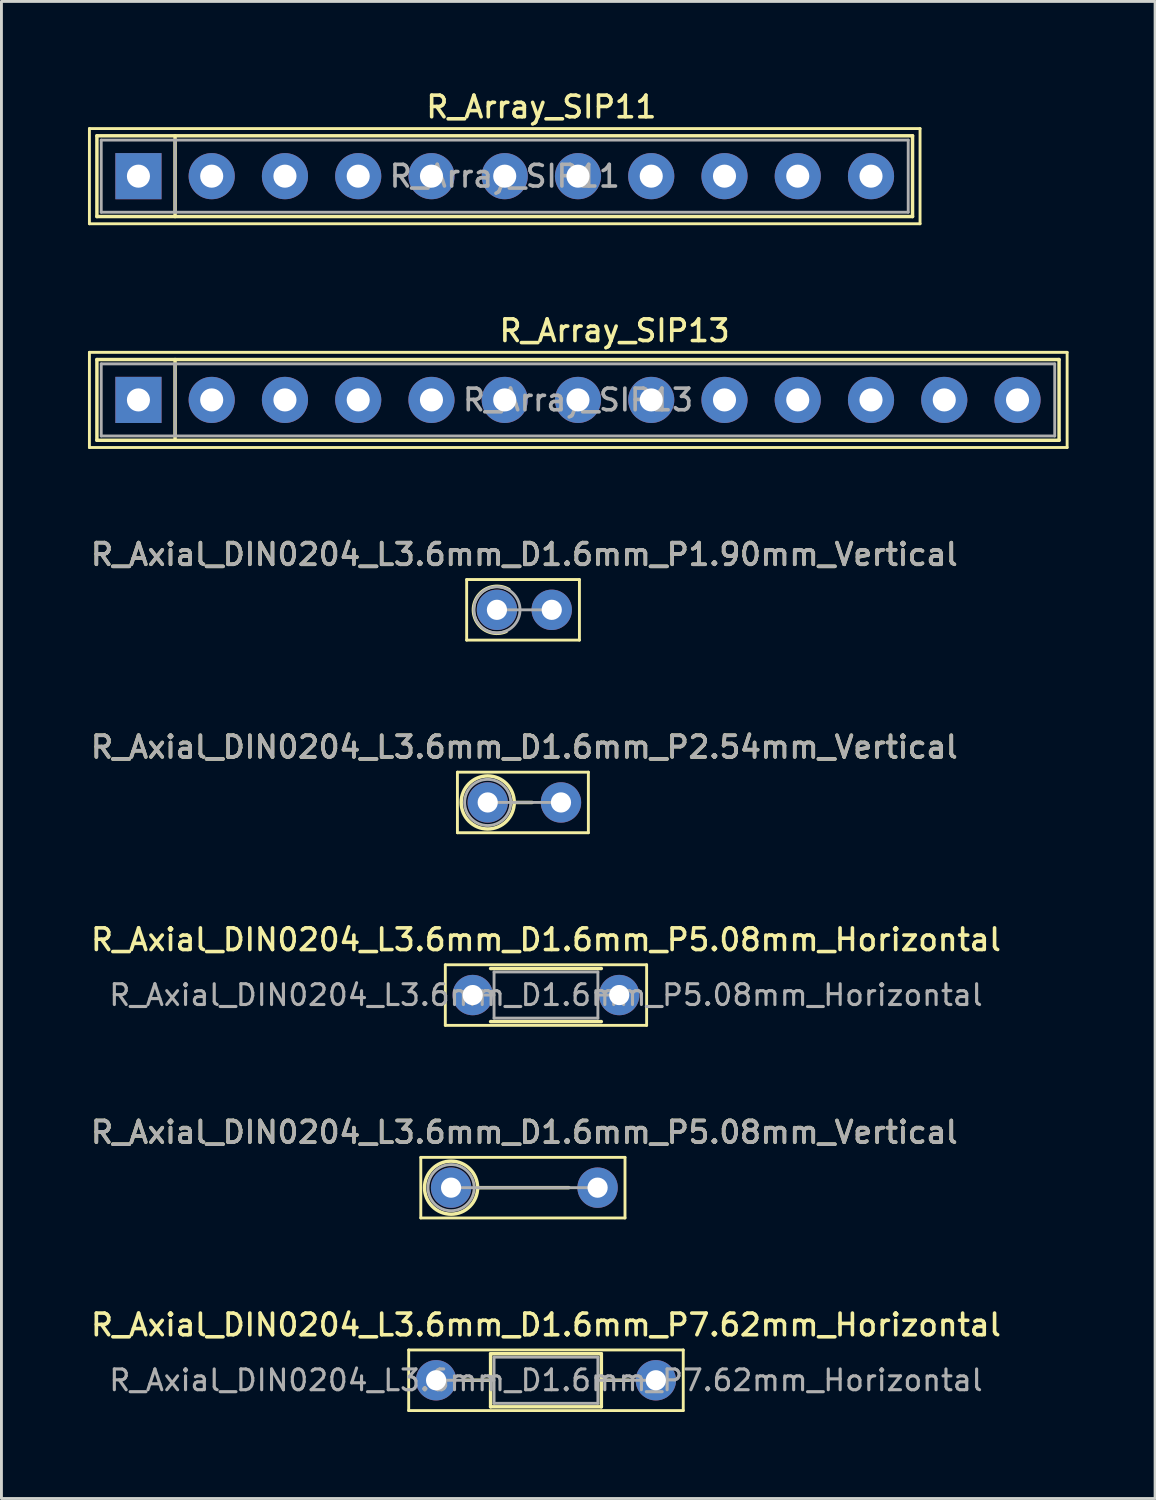
<source format=kicad_pcb>
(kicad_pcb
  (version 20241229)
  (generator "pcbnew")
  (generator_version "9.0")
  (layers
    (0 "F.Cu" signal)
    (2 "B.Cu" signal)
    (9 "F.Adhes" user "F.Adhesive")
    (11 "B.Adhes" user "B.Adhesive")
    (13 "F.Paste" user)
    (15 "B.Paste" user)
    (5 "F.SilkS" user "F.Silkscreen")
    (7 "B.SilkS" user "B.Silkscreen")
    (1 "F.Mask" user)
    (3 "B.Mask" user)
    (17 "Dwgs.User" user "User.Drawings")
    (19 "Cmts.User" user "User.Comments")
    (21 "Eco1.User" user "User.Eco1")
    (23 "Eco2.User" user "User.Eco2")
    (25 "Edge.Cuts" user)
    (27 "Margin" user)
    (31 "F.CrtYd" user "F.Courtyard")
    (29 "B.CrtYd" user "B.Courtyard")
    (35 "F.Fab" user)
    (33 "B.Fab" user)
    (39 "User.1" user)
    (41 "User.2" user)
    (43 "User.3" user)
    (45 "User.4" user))
  (footprint "R_Axial_DIN0204_L3.6mm_D1.6mm_P1.90mm_Vertical"
    (layer "F.Cu")
    (at 14.18 18.094)
    (property "Reference" "R_Axial_DIN0204_L3.6mm_D1.6mm_P1.90mm_Vertical" (at 0.95 -1.92 0) (layer "F.SilkS") (effects (font (size 0.75 0.75) (thickness 0.125))))
    (attr through_hole)
    (fp_line (start -1.05 -1.05) (end -1.05 1.05) (stroke (width 0.1) (type solid)) (layer "F.SilkS"))
    (fp_line (start -1.05 1.05) (end 2.86 1.05) (stroke (width 0.1) (type solid)) (layer "F.SilkS"))
    (fp_line (start 2.86 -1.05) (end -1.05 -1.05) (stroke (width 0.1) (type solid)) (layer "F.SilkS"))
    (fp_line (start 2.86 1.05) (end 2.86 -1.05) (stroke (width 0.1) (type solid)) (layer "F.SilkS"))
    (fp_arc (start 0.320095 0.749359) (mid -0.813042 -0.054435) (end 0.417133 -0.7) (stroke (width 0.12) (type solid)) (layer "F.SilkS"))
    (fp_line (start 0 0) (end 1.9 0) (stroke (width 0.1) (type solid)) (layer "F.Fab"))
    (fp_circle (center 0 0) (end 0.8 0) (stroke (width 0.1) (type solid)) (fill no) (layer "F.Fab"))
    (fp_text user "${REFERENCE}" (at 0.95 -1.92 0) (layer "F.Fab") (effects (font (size 0.75 0.75) (thickness 0.125))))
    (pad "1" thru_hole circle (at 0 0) (size 1.4 1.4) (drill 0.7) (layers "*.Cu" "*.Mask"))
    (pad "2" thru_hole oval (at 1.9 0) (size 1.4 1.4) (drill 0.7) (layers "*.Cu" "*.Mask")))
  (footprint "R_Array_SIP13"
    (layer "F.Cu")
    (at 1.75 10.816)
    (property "Reference" "R_Array_SIP13" (at 16.51 -2.4 0) (layer "F.SilkS") (effects (font (size 0.75 0.75) (thickness 0.125))))
    (attr through_hole)
    (fp_line (start -1.7 -1.65) (end -1.7 1.65) (stroke (width 0.1) (type solid)) (layer "F.SilkS"))
    (fp_line (start -1.7 1.65) (end 32.2 1.65) (stroke (width 0.1) (type solid)) (layer "F.SilkS"))
    (fp_line (start -1.44 -1.4) (end -1.44 1.4) (stroke (width 0.12) (type solid)) (layer "F.SilkS"))
    (fp_line (start -1.44 1.4) (end 31.92 1.4) (stroke (width 0.12) (type solid)) (layer "F.SilkS"))
    (fp_line (start 1.27 -1.4) (end 1.27 1.4) (stroke (width 0.12) (type solid)) (layer "F.SilkS"))
    (fp_line (start 31.92 -1.4) (end -1.44 -1.4) (stroke (width 0.12) (type solid)) (layer "F.SilkS"))
    (fp_line (start 31.92 1.4) (end 31.92 -1.4) (stroke (width 0.12) (type solid)) (layer "F.SilkS"))
    (fp_line (start 32.2 -1.65) (end -1.7 -1.65) (stroke (width 0.1) (type solid)) (layer "F.SilkS"))
    (fp_line (start 32.2 1.65) (end 32.2 -1.65) (stroke (width 0.1) (type solid)) (layer "F.SilkS"))
    (fp_line (start -1.29 -1.25) (end -1.29 1.25) (stroke (width 0.1) (type solid)) (layer "F.Fab"))
    (fp_line (start -1.29 1.25) (end 31.77 1.25) (stroke (width 0.1) (type solid)) (layer "F.Fab"))
    (fp_line (start 1.27 -1.25) (end 1.27 1.25) (stroke (width 0.1) (type solid)) (layer "F.Fab"))
    (fp_line (start 31.77 -1.25) (end -1.29 -1.25) (stroke (width 0.1) (type solid)) (layer "F.Fab"))
    (fp_line (start 31.77 1.25) (end 31.77 -1.25) (stroke (width 0.1) (type solid)) (layer "F.Fab"))
    (fp_text user "${REFERENCE}" (at 15.24 0 0) (layer "F.Fab") (effects (font (size 0.75 0.75) (thickness 0.125))))
    (pad "1" thru_hole rect (at 0 0) (size 1.6 1.6) (drill 0.8) (layers "*.Cu" "*.Mask"))
    (pad "2" thru_hole oval (at 2.54 0) (size 1.6 1.6) (drill 0.8) (layers "*.Cu" "*.Mask"))
    (pad "3" thru_hole oval (at 5.08 0) (size 1.6 1.6) (drill 0.8) (layers "*.Cu" "*.Mask"))
    (pad "4" thru_hole oval (at 7.62 0) (size 1.6 1.6) (drill 0.8) (layers "*.Cu" "*.Mask"))
    (pad "5" thru_hole oval (at 10.16 0) (size 1.6 1.6) (drill 0.8) (layers "*.Cu" "*.Mask"))
    (pad "6" thru_hole oval (at 12.7 0) (size 1.6 1.6) (drill 0.8) (layers "*.Cu" "*.Mask"))
    (pad "7" thru_hole oval (at 15.24 0) (size 1.6 1.6) (drill 0.8) (layers "*.Cu" "*.Mask"))
    (pad "8" thru_hole oval (at 17.78 0) (size 1.6 1.6) (drill 0.8) (layers "*.Cu" "*.Mask"))
    (pad "9" thru_hole oval (at 20.32 0) (size 1.6 1.6) (drill 0.8) (layers "*.Cu" "*.Mask"))
    (pad "10" thru_hole oval (at 22.86 0) (size 1.6 1.6) (drill 0.8) (layers "*.Cu" "*.Mask"))
    (pad "11" thru_hole oval (at 25.4 0) (size 1.6 1.6) (drill 0.8) (layers "*.Cu" "*.Mask"))
    (pad "12" thru_hole oval (at 27.94 0) (size 1.6 1.6) (drill 0.8) (layers "*.Cu" "*.Mask"))
    (pad "13" thru_hole oval (at 30.48 0) (size 1.6 1.6) (drill 0.8) (layers "*.Cu" "*.Mask")))
  (footprint "R_Axial_DIN0204_L3.6mm_D1.6mm_P5.08mm_Horizontal"
    (layer "F.Cu")
    (at 13.34 31.451)
    (property "Reference" "R_Axial_DIN0204_L3.6mm_D1.6mm_P5.08mm_Horizontal" (at 2.54 -1.92 0) (layer "F.SilkS") (effects (font (size 0.75 0.75) (thickness 0.125))))
    (attr through_hole)
    (fp_line (start -0.95 -1.05) (end -0.95 1.05) (stroke (width 0.1) (type solid)) (layer "F.SilkS"))
    (fp_line (start -0.95 1.05) (end 6.03 1.05) (stroke (width 0.1) (type solid)) (layer "F.SilkS"))
    (fp_line (start 0.62 -0.92) (end 4.46 -0.92) (stroke (width 0.12) (type solid)) (layer "F.SilkS"))
    (fp_line (start 0.62 0.92) (end 4.46 0.92) (stroke (width 0.12) (type solid)) (layer "F.SilkS"))
    (fp_line (start 6.03 -1.05) (end -0.95 -1.05) (stroke (width 0.1) (type solid)) (layer "F.SilkS"))
    (fp_line (start 6.03 1.05) (end 6.03 -1.05) (stroke (width 0.1) (type solid)) (layer "F.SilkS"))
    (fp_line (start 0 0) (end 0.74 0) (stroke (width 0.1) (type solid)) (layer "F.Fab"))
    (fp_line (start 0.74 -0.8) (end 0.74 0.8) (stroke (width 0.1) (type solid)) (layer "F.Fab"))
    (fp_line (start 0.74 0.8) (end 4.34 0.8) (stroke (width 0.1) (type solid)) (layer "F.Fab"))
    (fp_line (start 4.34 -0.8) (end 0.74 -0.8) (stroke (width 0.1) (type solid)) (layer "F.Fab"))
    (fp_line (start 4.34 0.8) (end 4.34 -0.8) (stroke (width 0.1) (type solid)) (layer "F.Fab"))
    (fp_line (start 5.08 0) (end 4.34 0) (stroke (width 0.1) (type solid)) (layer "F.Fab"))
    (fp_text user "${REFERENCE}" (at 2.54 0 0) (layer "F.Fab") (effects (font (size 0.72 0.72) (thickness 0.108))))
    (pad "1" thru_hole circle (at 0 0) (size 1.4 1.4) (drill 0.7) (layers "*.Cu" "*.Mask"))
    (pad "2" thru_hole oval (at 5.08 0) (size 1.4 1.4) (drill 0.7) (layers "*.Cu" "*.Mask")))
  (footprint "R_Axial_DIN0204_L3.6mm_D1.6mm_P7.62mm_Horizontal"
    (layer "F.Cu")
    (at 12.07 44.807)
    (property "Reference" "R_Axial_DIN0204_L3.6mm_D1.6mm_P7.62mm_Horizontal" (at 3.81 -1.92 0) (layer "F.SilkS") (effects (font (size 0.75 0.75) (thickness 0.125))))
    (attr through_hole)
    (fp_line (start -0.95 -1.05) (end -0.95 1.05) (stroke (width 0.1) (type solid)) (layer "F.SilkS"))
    (fp_line (start -0.95 1.05) (end 8.57 1.05) (stroke (width 0.1) (type solid)) (layer "F.SilkS"))
    (fp_line (start 0.94 0) (end 1.89 0) (stroke (width 0.12) (type solid)) (layer "F.SilkS"))
    (fp_line (start 1.89 -0.92) (end 1.89 0.92) (stroke (width 0.12) (type solid)) (layer "F.SilkS"))
    (fp_line (start 1.89 0.92) (end 5.73 0.92) (stroke (width 0.12) (type solid)) (layer "F.SilkS"))
    (fp_line (start 5.73 -0.92) (end 1.89 -0.92) (stroke (width 0.12) (type solid)) (layer "F.SilkS"))
    (fp_line (start 5.73 0.92) (end 5.73 -0.92) (stroke (width 0.12) (type solid)) (layer "F.SilkS"))
    (fp_line (start 6.68 0) (end 5.73 0) (stroke (width 0.12) (type solid)) (layer "F.SilkS"))
    (fp_line (start 8.57 -1.05) (end -0.95 -1.05) (stroke (width 0.1) (type solid)) (layer "F.SilkS"))
    (fp_line (start 8.57 1.05) (end 8.57 -1.05) (stroke (width 0.1) (type solid)) (layer "F.SilkS"))
    (fp_line (start 0 0) (end 2.01 0) (stroke (width 0.1) (type solid)) (layer "F.Fab"))
    (fp_line (start 2.01 -0.8) (end 2.01 0.8) (stroke (width 0.1) (type solid)) (layer "F.Fab"))
    (fp_line (start 2.01 0.8) (end 5.61 0.8) (stroke (width 0.1) (type solid)) (layer "F.Fab"))
    (fp_line (start 5.61 -0.8) (end 2.01 -0.8) (stroke (width 0.1) (type solid)) (layer "F.Fab"))
    (fp_line (start 5.61 0.8) (end 5.61 -0.8) (stroke (width 0.1) (type solid)) (layer "F.Fab"))
    (fp_line (start 7.62 0) (end 5.61 0) (stroke (width 0.1) (type solid)) (layer "F.Fab"))
    (fp_text user "${REFERENCE}" (at 3.81 0 0) (layer "F.Fab") (effects (font (size 0.72 0.72) (thickness 0.108))))
    (pad "1" thru_hole circle (at 0 0) (size 1.4 1.4) (drill 0.7) (layers "*.Cu" "*.Mask"))
    (pad "2" thru_hole oval (at 7.62 0) (size 1.4 1.4) (drill 0.7) (layers "*.Cu" "*.Mask")))
  (footprint "R_Array_SIP11"
    (layer "F.Cu")
    (at 1.75 3.058)
    (property "Reference" "R_Array_SIP11" (at 13.97 -2.4 0) (layer "F.SilkS") (effects (font (size 0.75 0.75) (thickness 0.125))))
    (attr through_hole)
    (fp_line (start -1.7 -1.65) (end -1.7 1.65) (stroke (width 0.1) (type solid)) (layer "F.SilkS"))
    (fp_line (start -1.7 1.65) (end 27.1 1.65) (stroke (width 0.1) (type solid)) (layer "F.SilkS"))
    (fp_line (start -1.44 -1.4) (end -1.44 1.4) (stroke (width 0.12) (type solid)) (layer "F.SilkS"))
    (fp_line (start -1.44 1.4) (end 26.84 1.4) (stroke (width 0.12) (type solid)) (layer "F.SilkS"))
    (fp_line (start 1.27 -1.4) (end 1.27 1.4) (stroke (width 0.12) (type solid)) (layer "F.SilkS"))
    (fp_line (start 26.84 -1.4) (end -1.44 -1.4) (stroke (width 0.12) (type solid)) (layer "F.SilkS"))
    (fp_line (start 26.84 1.4) (end 26.84 -1.4) (stroke (width 0.12) (type solid)) (layer "F.SilkS"))
    (fp_line (start 27.1 -1.65) (end -1.7 -1.65) (stroke (width 0.1) (type solid)) (layer "F.SilkS"))
    (fp_line (start 27.1 1.65) (end 27.1 -1.65) (stroke (width 0.1) (type solid)) (layer "F.SilkS"))
    (fp_line (start -1.29 -1.25) (end -1.29 1.25) (stroke (width 0.1) (type solid)) (layer "F.Fab"))
    (fp_line (start -1.29 1.25) (end 26.69 1.25) (stroke (width 0.1) (type solid)) (layer "F.Fab"))
    (fp_line (start 1.27 -1.25) (end 1.27 1.25) (stroke (width 0.1) (type solid)) (layer "F.Fab"))
    (fp_line (start 26.69 -1.25) (end -1.29 -1.25) (stroke (width 0.1) (type solid)) (layer "F.Fab"))
    (fp_line (start 26.69 1.25) (end 26.69 -1.25) (stroke (width 0.1) (type solid)) (layer "F.Fab"))
    (fp_text user "${REFERENCE}" (at 12.7 0 0) (layer "F.Fab") (effects (font (size 0.75 0.75) (thickness 0.125))))
    (pad "1" thru_hole rect (at 0 0) (size 1.6 1.6) (drill 0.8) (layers "*.Cu" "*.Mask"))
    (pad "2" thru_hole oval (at 2.54 0) (size 1.6 1.6) (drill 0.8) (layers "*.Cu" "*.Mask"))
    (pad "3" thru_hole oval (at 5.08 0) (size 1.6 1.6) (drill 0.8) (layers "*.Cu" "*.Mask"))
    (pad "4" thru_hole oval (at 7.62 0) (size 1.6 1.6) (drill 0.8) (layers "*.Cu" "*.Mask"))
    (pad "5" thru_hole oval (at 10.16 0) (size 1.6 1.6) (drill 0.8) (layers "*.Cu" "*.Mask"))
    (pad "6" thru_hole oval (at 12.7 0) (size 1.6 1.6) (drill 0.8) (layers "*.Cu" "*.Mask"))
    (pad "7" thru_hole oval (at 15.24 0) (size 1.6 1.6) (drill 0.8) (layers "*.Cu" "*.Mask"))
    (pad "8" thru_hole oval (at 17.78 0) (size 1.6 1.6) (drill 0.8) (layers "*.Cu" "*.Mask"))
    (pad "9" thru_hole oval (at 20.32 0) (size 1.6 1.6) (drill 0.8) (layers "*.Cu" "*.Mask"))
    (pad "10" thru_hole oval (at 22.86 0) (size 1.6 1.6) (drill 0.8) (layers "*.Cu" "*.Mask"))
    (pad "11" thru_hole oval (at 25.4 0) (size 1.6 1.6) (drill 0.8) (layers "*.Cu" "*.Mask")))
  (footprint "R_Axial_DIN0204_L3.6mm_D1.6mm_P2.54mm_Vertical"
    (layer "F.Cu")
    (at 13.86 24.773)
    (property "Reference" "R_Axial_DIN0204_L3.6mm_D1.6mm_P2.54mm_Vertical" (at 1.27 -1.92 0) (layer "F.SilkS") (effects (font (size 0.75 0.75) (thickness 0.125))))
    (attr through_hole)
    (fp_line (start -1.05 -1.05) (end -1.05 1.05) (stroke (width 0.1) (type solid)) (layer "F.SilkS"))
    (fp_line (start -1.05 1.05) (end 3.49 1.05) (stroke (width 0.1) (type solid)) (layer "F.SilkS"))
    (fp_line (start 0.92 0) (end 1.54 0) (stroke (width 0.12) (type solid)) (layer "F.SilkS"))
    (fp_line (start 3.49 -1.05) (end -1.05 -1.05) (stroke (width 0.1) (type solid)) (layer "F.SilkS"))
    (fp_line (start 3.49 1.05) (end 3.49 -1.05) (stroke (width 0.1) (type solid)) (layer "F.SilkS"))
    (fp_circle (center 0 0) (end 0.92 0) (stroke (width 0.12) (type solid)) (fill no) (layer "F.SilkS"))
    (fp_line (start 0 0) (end 2.54 0) (stroke (width 0.1) (type solid)) (layer "F.Fab"))
    (fp_circle (center 0 0) (end 0.8 0) (stroke (width 0.1) (type solid)) (fill no) (layer "F.Fab"))
    (fp_text user "${REFERENCE}" (at 1.27 -1.92 0) (layer "F.Fab") (effects (font (size 0.75 0.75) (thickness 0.125))))
    (pad "1" thru_hole circle (at 0 0) (size 1.4 1.4) (drill 0.7) (layers "*.Cu" "*.Mask"))
    (pad "2" thru_hole oval (at 2.54 0) (size 1.4 1.4) (drill 0.7) (layers "*.Cu" "*.Mask")))
  (footprint "R_Axial_DIN0204_L3.6mm_D1.6mm_P5.08mm_Vertical"
    (layer "F.Cu")
    (at 12.59 38.129)
    (property "Reference" "R_Axial_DIN0204_L3.6mm_D1.6mm_P5.08mm_Vertical" (at 2.54 -1.92 0) (layer "F.SilkS") (effects (font (size 0.75 0.75) (thickness 0.125))))
    (attr through_hole)
    (fp_line (start -1.05 -1.05) (end -1.05 1.05) (stroke (width 0.1) (type solid)) (layer "F.SilkS"))
    (fp_line (start -1.05 1.05) (end 6.03 1.05) (stroke (width 0.1) (type solid)) (layer "F.SilkS"))
    (fp_line (start 0.92 0) (end 4.08 0) (stroke (width 0.12) (type solid)) (layer "F.SilkS"))
    (fp_line (start 6.03 -1.05) (end -1.05 -1.05) (stroke (width 0.1) (type solid)) (layer "F.SilkS"))
    (fp_line (start 6.03 1.05) (end 6.03 -1.05) (stroke (width 0.1) (type solid)) (layer "F.SilkS"))
    (fp_circle (center 0 0) (end 0.92 0) (stroke (width 0.12) (type solid)) (fill no) (layer "F.SilkS"))
    (fp_line (start 0 0) (end 5.08 0) (stroke (width 0.1) (type solid)) (layer "F.Fab"))
    (fp_circle (center 0 0) (end 0.8 0) (stroke (width 0.1) (type solid)) (fill no) (layer "F.Fab"))
    (fp_text user "${REFERENCE}" (at 2.54 -1.92 0) (layer "F.Fab") (effects (font (size 0.75 0.75) (thickness 0.125))))
    (pad "1" thru_hole circle (at 0 0) (size 1.4 1.4) (drill 0.7) (layers "*.Cu" "*.Mask"))
    (pad "2" thru_hole oval (at 5.08 0) (size 1.4 1.4) (drill 0.7) (layers "*.Cu" "*.Mask")))
  (gr_rect
    (start -3 -3)
    (end 37 48.907)
    (stroke (width 0.1) (type default))
    (fill no)
    (layer "Edge.Cuts")))
</source>
